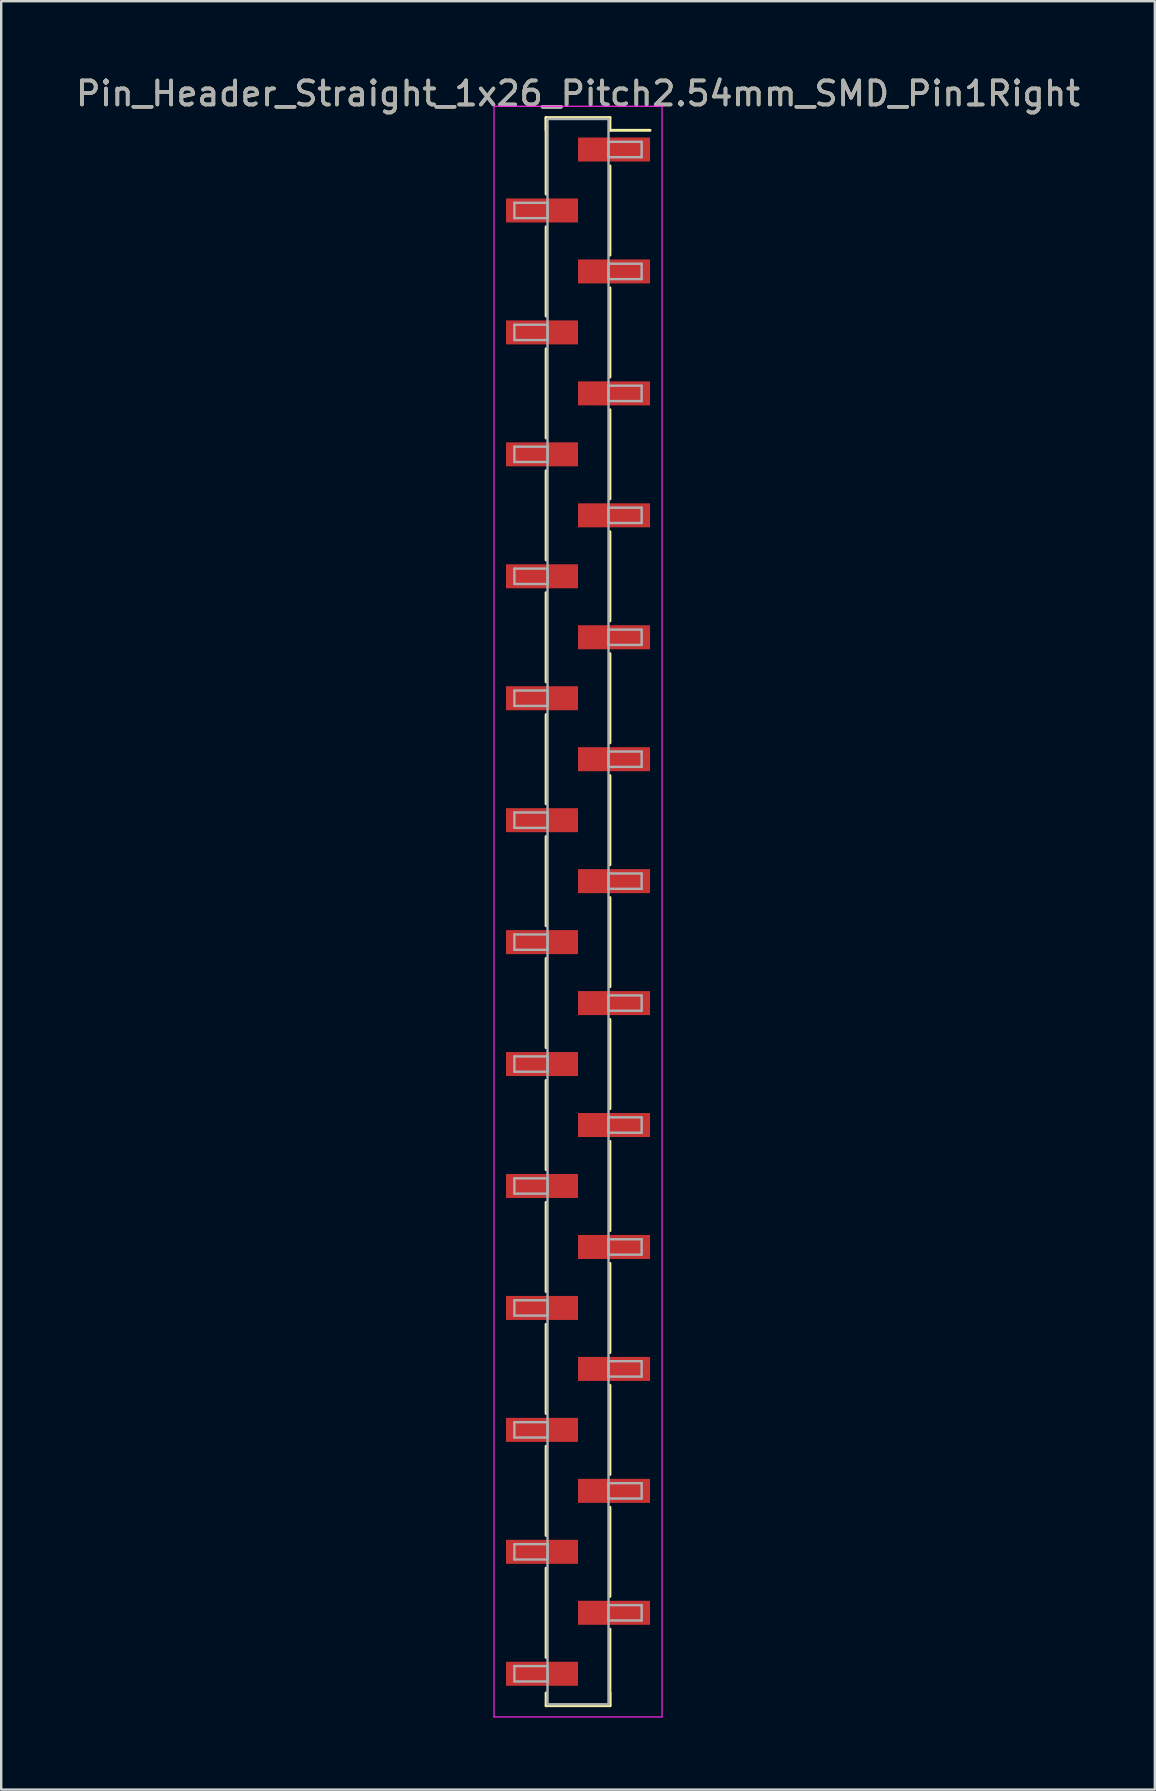
<source format=kicad_pcb>
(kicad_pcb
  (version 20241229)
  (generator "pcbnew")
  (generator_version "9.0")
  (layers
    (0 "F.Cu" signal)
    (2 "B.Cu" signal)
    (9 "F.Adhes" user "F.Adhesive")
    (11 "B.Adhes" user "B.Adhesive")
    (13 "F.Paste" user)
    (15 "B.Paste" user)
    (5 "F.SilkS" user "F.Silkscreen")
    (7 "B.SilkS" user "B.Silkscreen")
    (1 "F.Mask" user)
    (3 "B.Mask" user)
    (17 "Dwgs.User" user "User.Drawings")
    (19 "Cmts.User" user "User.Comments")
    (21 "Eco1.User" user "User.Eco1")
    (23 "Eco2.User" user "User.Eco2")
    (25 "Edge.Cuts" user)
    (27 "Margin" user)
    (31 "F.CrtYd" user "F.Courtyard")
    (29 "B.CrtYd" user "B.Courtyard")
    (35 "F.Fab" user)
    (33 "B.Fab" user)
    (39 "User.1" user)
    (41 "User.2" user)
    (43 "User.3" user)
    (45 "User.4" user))
  (footprint "Pin_Header_Straight_1x26_Pitch2.54mm_SMD_Pin1Right"
    (layer "F.Cu")
    (at 21.03 34.928)
    (property "Reference" "Pin_Header_Straight_1x26_Pitch2.54mm_SMD_Pin1Right" (at 0 -34.08 0) (layer "F.SilkS") (effects (font (size 1 1) (thickness 0.15))))
    (attr smd)
    (fp_line (start -1.33 -33.08) (end -1.33 -29.89) (stroke (width 0.12) (type solid)) (layer "F.SilkS"))
    (fp_line (start -1.33 -33.08) (end 1.33 -33.08) (stroke (width 0.12) (type solid)) (layer "F.SilkS"))
    (fp_line (start -1.33 -32.55) (end -1.33 -33.08) (stroke (width 0.12) (type solid)) (layer "F.SilkS"))
    (fp_line (start -1.33 -28.53) (end -1.33 -24.81) (stroke (width 0.12) (type solid)) (layer "F.SilkS"))
    (fp_line (start -1.33 -23.45) (end -1.33 -19.73) (stroke (width 0.12) (type solid)) (layer "F.SilkS"))
    (fp_line (start -1.33 -18.37) (end -1.33 -14.65) (stroke (width 0.12) (type solid)) (layer "F.SilkS"))
    (fp_line (start -1.33 -13.29) (end -1.33 -9.57) (stroke (width 0.12) (type solid)) (layer "F.SilkS"))
    (fp_line (start -1.33 -8.21) (end -1.33 -4.49) (stroke (width 0.12) (type solid)) (layer "F.SilkS"))
    (fp_line (start -1.33 -3.13) (end -1.33 0.59) (stroke (width 0.12) (type solid)) (layer "F.SilkS"))
    (fp_line (start -1.33 1.95) (end -1.33 5.67) (stroke (width 0.12) (type solid)) (layer "F.SilkS"))
    (fp_line (start -1.33 7.03) (end -1.33 10.75) (stroke (width 0.12) (type solid)) (layer "F.SilkS"))
    (fp_line (start -1.33 12.11) (end -1.33 15.83) (stroke (width 0.12) (type solid)) (layer "F.SilkS"))
    (fp_line (start -1.33 17.19) (end -1.33 20.91) (stroke (width 0.12) (type solid)) (layer "F.SilkS"))
    (fp_line (start -1.33 22.27) (end -1.33 25.99) (stroke (width 0.12) (type solid)) (layer "F.SilkS"))
    (fp_line (start -1.33 27.35) (end -1.33 31.07) (stroke (width 0.12) (type solid)) (layer "F.SilkS"))
    (fp_line (start -1.33 32.55) (end -1.33 33.08) (stroke (width 0.12) (type solid)) (layer "F.SilkS"))
    (fp_line (start -1.33 33.08) (end 1.33 33.08) (stroke (width 0.12) (type solid)) (layer "F.SilkS"))
    (fp_line (start 1.33 -33.08) (end 1.33 -32.55) (stroke (width 0.12) (type solid)) (layer "F.SilkS"))
    (fp_line (start 1.33 -32.55) (end 3 -32.55) (stroke (width 0.12) (type solid)) (layer "F.SilkS"))
    (fp_line (start 1.33 -31.07) (end 1.33 -27.35) (stroke (width 0.12) (type solid)) (layer "F.SilkS"))
    (fp_line (start 1.33 -25.99) (end 1.33 -22.27) (stroke (width 0.12) (type solid)) (layer "F.SilkS"))
    (fp_line (start 1.33 -20.91) (end 1.33 -17.19) (stroke (width 0.12) (type solid)) (layer "F.SilkS"))
    (fp_line (start 1.33 -15.83) (end 1.33 -12.11) (stroke (width 0.12) (type solid)) (layer "F.SilkS"))
    (fp_line (start 1.33 -10.75) (end 1.33 -7.03) (stroke (width 0.12) (type solid)) (layer "F.SilkS"))
    (fp_line (start 1.33 -5.67) (end 1.33 -1.95) (stroke (width 0.12) (type solid)) (layer "F.SilkS"))
    (fp_line (start 1.33 -0.59) (end 1.33 3.13) (stroke (width 0.12) (type solid)) (layer "F.SilkS"))
    (fp_line (start 1.33 4.49) (end 1.33 8.21) (stroke (width 0.12) (type solid)) (layer "F.SilkS"))
    (fp_line (start 1.33 9.57) (end 1.33 13.29) (stroke (width 0.12) (type solid)) (layer "F.SilkS"))
    (fp_line (start 1.33 14.65) (end 1.33 18.37) (stroke (width 0.12) (type solid)) (layer "F.SilkS"))
    (fp_line (start 1.33 19.73) (end 1.33 23.45) (stroke (width 0.12) (type solid)) (layer "F.SilkS"))
    (fp_line (start 1.33 24.81) (end 1.33 28.53) (stroke (width 0.12) (type solid)) (layer "F.SilkS"))
    (fp_line (start 1.33 29.89) (end 1.33 33.08) (stroke (width 0.12) (type solid)) (layer "F.SilkS"))
    (fp_line (start 1.33 33.08) (end 1.33 32.55) (stroke (width 0.12) (type solid)) (layer "F.SilkS"))
    (fp_line (start -3.5 -33.55) (end -3.5 33.55) (stroke (width 0.05) (type solid)) (layer "F.CrtYd"))
    (fp_line (start -3.5 33.55) (end 3.5 33.55) (stroke (width 0.05) (type solid)) (layer "F.CrtYd"))
    (fp_line (start 3.5 -33.55) (end -3.5 -33.55) (stroke (width 0.05) (type solid)) (layer "F.CrtYd"))
    (fp_line (start 3.5 33.55) (end 3.5 -33.55) (stroke (width 0.05) (type solid)) (layer "F.CrtYd"))
    (fp_line (start -2.65 -29.53) (end -1.27 -29.53) (stroke (width 0.1) (type solid)) (layer "F.Fab"))
    (fp_line (start -2.65 -28.89) (end -2.65 -29.53) (stroke (width 0.1) (type solid)) (layer "F.Fab"))
    (fp_line (start -2.65 -24.45) (end -1.27 -24.45) (stroke (width 0.1) (type solid)) (layer "F.Fab"))
    (fp_line (start -2.65 -23.81) (end -2.65 -24.45) (stroke (width 0.1) (type solid)) (layer "F.Fab"))
    (fp_line (start -2.65 -19.37) (end -1.27 -19.37) (stroke (width 0.1) (type solid)) (layer "F.Fab"))
    (fp_line (start -2.65 -18.73) (end -2.65 -19.37) (stroke (width 0.1) (type solid)) (layer "F.Fab"))
    (fp_line (start -2.65 -14.29) (end -1.27 -14.29) (stroke (width 0.1) (type solid)) (layer "F.Fab"))
    (fp_line (start -2.65 -13.65) (end -2.65 -14.29) (stroke (width 0.1) (type solid)) (layer "F.Fab"))
    (fp_line (start -2.65 -9.21) (end -1.27 -9.21) (stroke (width 0.1) (type solid)) (layer "F.Fab"))
    (fp_line (start -2.65 -8.57) (end -2.65 -9.21) (stroke (width 0.1) (type solid)) (layer "F.Fab"))
    (fp_line (start -2.65 -4.13) (end -1.27 -4.13) (stroke (width 0.1) (type solid)) (layer "F.Fab"))
    (fp_line (start -2.65 -3.49) (end -2.65 -4.13) (stroke (width 0.1) (type solid)) (layer "F.Fab"))
    (fp_line (start -2.65 0.95) (end -1.27 0.95) (stroke (width 0.1) (type solid)) (layer "F.Fab"))
    (fp_line (start -2.65 1.59) (end -2.65 0.95) (stroke (width 0.1) (type solid)) (layer "F.Fab"))
    (fp_line (start -2.65 6.03) (end -1.27 6.03) (stroke (width 0.1) (type solid)) (layer "F.Fab"))
    (fp_line (start -2.65 6.67) (end -2.65 6.03) (stroke (width 0.1) (type solid)) (layer "F.Fab"))
    (fp_line (start -2.65 11.11) (end -1.27 11.11) (stroke (width 0.1) (type solid)) (layer "F.Fab"))
    (fp_line (start -2.65 11.75) (end -2.65 11.11) (stroke (width 0.1) (type solid)) (layer "F.Fab"))
    (fp_line (start -2.65 16.19) (end -1.27 16.19) (stroke (width 0.1) (type solid)) (layer "F.Fab"))
    (fp_line (start -2.65 16.83) (end -2.65 16.19) (stroke (width 0.1) (type solid)) (layer "F.Fab"))
    (fp_line (start -2.65 21.27) (end -1.27 21.27) (stroke (width 0.1) (type solid)) (layer "F.Fab"))
    (fp_line (start -2.65 21.91) (end -2.65 21.27) (stroke (width 0.1) (type solid)) (layer "F.Fab"))
    (fp_line (start -2.65 26.35) (end -1.27 26.35) (stroke (width 0.1) (type solid)) (layer "F.Fab"))
    (fp_line (start -2.65 26.99) (end -2.65 26.35) (stroke (width 0.1) (type solid)) (layer "F.Fab"))
    (fp_line (start -2.65 31.43) (end -1.27 31.43) (stroke (width 0.1) (type solid)) (layer "F.Fab"))
    (fp_line (start -2.65 32.07) (end -2.65 31.43) (stroke (width 0.1) (type solid)) (layer "F.Fab"))
    (fp_line (start -1.27 -33.02) (end -1.27 33.02) (stroke (width 0.1) (type solid)) (layer "F.Fab"))
    (fp_line (start -1.27 -29.53) (end -1.27 -28.89) (stroke (width 0.1) (type solid)) (layer "F.Fab"))
    (fp_line (start -1.27 -28.89) (end -2.65 -28.89) (stroke (width 0.1) (type solid)) (layer "F.Fab"))
    (fp_line (start -1.27 -24.45) (end -1.27 -23.81) (stroke (width 0.1) (type solid)) (layer "F.Fab"))
    (fp_line (start -1.27 -23.81) (end -2.65 -23.81) (stroke (width 0.1) (type solid)) (layer "F.Fab"))
    (fp_line (start -1.27 -19.37) (end -1.27 -18.73) (stroke (width 0.1) (type solid)) (layer "F.Fab"))
    (fp_line (start -1.27 -18.73) (end -2.65 -18.73) (stroke (width 0.1) (type solid)) (layer "F.Fab"))
    (fp_line (start -1.27 -14.29) (end -1.27 -13.65) (stroke (width 0.1) (type solid)) (layer "F.Fab"))
    (fp_line (start -1.27 -13.65) (end -2.65 -13.65) (stroke (width 0.1) (type solid)) (layer "F.Fab"))
    (fp_line (start -1.27 -9.21) (end -1.27 -8.57) (stroke (width 0.1) (type solid)) (layer "F.Fab"))
    (fp_line (start -1.27 -8.57) (end -2.65 -8.57) (stroke (width 0.1) (type solid)) (layer "F.Fab"))
    (fp_line (start -1.27 -4.13) (end -1.27 -3.49) (stroke (width 0.1) (type solid)) (layer "F.Fab"))
    (fp_line (start -1.27 -3.49) (end -2.65 -3.49) (stroke (width 0.1) (type solid)) (layer "F.Fab"))
    (fp_line (start -1.27 0.95) (end -1.27 1.59) (stroke (width 0.1) (type solid)) (layer "F.Fab"))
    (fp_line (start -1.27 1.59) (end -2.65 1.59) (stroke (width 0.1) (type solid)) (layer "F.Fab"))
    (fp_line (start -1.27 6.03) (end -1.27 6.67) (stroke (width 0.1) (type solid)) (layer "F.Fab"))
    (fp_line (start -1.27 6.67) (end -2.65 6.67) (stroke (width 0.1) (type solid)) (layer "F.Fab"))
    (fp_line (start -1.27 11.11) (end -1.27 11.75) (stroke (width 0.1) (type solid)) (layer "F.Fab"))
    (fp_line (start -1.27 11.75) (end -2.65 11.75) (stroke (width 0.1) (type solid)) (layer "F.Fab"))
    (fp_line (start -1.27 16.19) (end -1.27 16.83) (stroke (width 0.1) (type solid)) (layer "F.Fab"))
    (fp_line (start -1.27 16.83) (end -2.65 16.83) (stroke (width 0.1) (type solid)) (layer "F.Fab"))
    (fp_line (start -1.27 21.27) (end -1.27 21.91) (stroke (width 0.1) (type solid)) (layer "F.Fab"))
    (fp_line (start -1.27 21.91) (end -2.65 21.91) (stroke (width 0.1) (type solid)) (layer "F.Fab"))
    (fp_line (start -1.27 26.35) (end -1.27 26.99) (stroke (width 0.1) (type solid)) (layer "F.Fab"))
    (fp_line (start -1.27 26.99) (end -2.65 26.99) (stroke (width 0.1) (type solid)) (layer "F.Fab"))
    (fp_line (start -1.27 31.43) (end -1.27 32.07) (stroke (width 0.1) (type solid)) (layer "F.Fab"))
    (fp_line (start -1.27 32.07) (end -2.65 32.07) (stroke (width 0.1) (type solid)) (layer "F.Fab"))
    (fp_line (start -1.27 33.02) (end 1.27 33.02) (stroke (width 0.1) (type solid)) (layer "F.Fab"))
    (fp_line (start 1.27 -33.02) (end -1.27 -33.02) (stroke (width 0.1) (type solid)) (layer "F.Fab"))
    (fp_line (start 1.27 -32.07) (end 1.27 -31.43) (stroke (width 0.1) (type solid)) (layer "F.Fab"))
    (fp_line (start 1.27 -31.43) (end 2.65 -31.43) (stroke (width 0.1) (type solid)) (layer "F.Fab"))
    (fp_line (start 1.27 -26.99) (end 1.27 -26.35) (stroke (width 0.1) (type solid)) (layer "F.Fab"))
    (fp_line (start 1.27 -26.35) (end 2.65 -26.35) (stroke (width 0.1) (type solid)) (layer "F.Fab"))
    (fp_line (start 1.27 -21.91) (end 1.27 -21.27) (stroke (width 0.1) (type solid)) (layer "F.Fab"))
    (fp_line (start 1.27 -21.27) (end 2.65 -21.27) (stroke (width 0.1) (type solid)) (layer "F.Fab"))
    (fp_line (start 1.27 -16.83) (end 1.27 -16.19) (stroke (width 0.1) (type solid)) (layer "F.Fab"))
    (fp_line (start 1.27 -16.19) (end 2.65 -16.19) (stroke (width 0.1) (type solid)) (layer "F.Fab"))
    (fp_line (start 1.27 -11.75) (end 1.27 -11.11) (stroke (width 0.1) (type solid)) (layer "F.Fab"))
    (fp_line (start 1.27 -11.11) (end 2.65 -11.11) (stroke (width 0.1) (type solid)) (layer "F.Fab"))
    (fp_line (start 1.27 -6.67) (end 1.27 -6.03) (stroke (width 0.1) (type solid)) (layer "F.Fab"))
    (fp_line (start 1.27 -6.03) (end 2.65 -6.03) (stroke (width 0.1) (type solid)) (layer "F.Fab"))
    (fp_line (start 1.27 -1.59) (end 1.27 -0.95) (stroke (width 0.1) (type solid)) (layer "F.Fab"))
    (fp_line (start 1.27 -0.95) (end 2.65 -0.95) (stroke (width 0.1) (type solid)) (layer "F.Fab"))
    (fp_line (start 1.27 3.49) (end 1.27 4.13) (stroke (width 0.1) (type solid)) (layer "F.Fab"))
    (fp_line (start 1.27 4.13) (end 2.65 4.13) (stroke (width 0.1) (type solid)) (layer "F.Fab"))
    (fp_line (start 1.27 8.57) (end 1.27 9.21) (stroke (width 0.1) (type solid)) (layer "F.Fab"))
    (fp_line (start 1.27 9.21) (end 2.65 9.21) (stroke (width 0.1) (type solid)) (layer "F.Fab"))
    (fp_line (start 1.27 13.65) (end 1.27 14.29) (stroke (width 0.1) (type solid)) (layer "F.Fab"))
    (fp_line (start 1.27 14.29) (end 2.65 14.29) (stroke (width 0.1) (type solid)) (layer "F.Fab"))
    (fp_line (start 1.27 18.73) (end 1.27 19.37) (stroke (width 0.1) (type solid)) (layer "F.Fab"))
    (fp_line (start 1.27 19.37) (end 2.65 19.37) (stroke (width 0.1) (type solid)) (layer "F.Fab"))
    (fp_line (start 1.27 23.81) (end 1.27 24.45) (stroke (width 0.1) (type solid)) (layer "F.Fab"))
    (fp_line (start 1.27 24.45) (end 2.65 24.45) (stroke (width 0.1) (type solid)) (layer "F.Fab"))
    (fp_line (start 1.27 28.89) (end 1.27 29.53) (stroke (width 0.1) (type solid)) (layer "F.Fab"))
    (fp_line (start 1.27 29.53) (end 2.65 29.53) (stroke (width 0.1) (type solid)) (layer "F.Fab"))
    (fp_line (start 1.27 33.02) (end 1.27 -33.02) (stroke (width 0.1) (type solid)) (layer "F.Fab"))
    (fp_line (start 2.65 -32.07) (end 1.27 -32.07) (stroke (width 0.1) (type solid)) (layer "F.Fab"))
    (fp_line (start 2.65 -31.43) (end 2.65 -32.07) (stroke (width 0.1) (type solid)) (layer "F.Fab"))
    (fp_line (start 2.65 -26.99) (end 1.27 -26.99) (stroke (width 0.1) (type solid)) (layer "F.Fab"))
    (fp_line (start 2.65 -26.35) (end 2.65 -26.99) (stroke (width 0.1) (type solid)) (layer "F.Fab"))
    (fp_line (start 2.65 -21.91) (end 1.27 -21.91) (stroke (width 0.1) (type solid)) (layer "F.Fab"))
    (fp_line (start 2.65 -21.27) (end 2.65 -21.91) (stroke (width 0.1) (type solid)) (layer "F.Fab"))
    (fp_line (start 2.65 -16.83) (end 1.27 -16.83) (stroke (width 0.1) (type solid)) (layer "F.Fab"))
    (fp_line (start 2.65 -16.19) (end 2.65 -16.83) (stroke (width 0.1) (type solid)) (layer "F.Fab"))
    (fp_line (start 2.65 -11.75) (end 1.27 -11.75) (stroke (width 0.1) (type solid)) (layer "F.Fab"))
    (fp_line (start 2.65 -11.11) (end 2.65 -11.75) (stroke (width 0.1) (type solid)) (layer "F.Fab"))
    (fp_line (start 2.65 -6.67) (end 1.27 -6.67) (stroke (width 0.1) (type solid)) (layer "F.Fab"))
    (fp_line (start 2.65 -6.03) (end 2.65 -6.67) (stroke (width 0.1) (type solid)) (layer "F.Fab"))
    (fp_line (start 2.65 -1.59) (end 1.27 -1.59) (stroke (width 0.1) (type solid)) (layer "F.Fab"))
    (fp_line (start 2.65 -0.95) (end 2.65 -1.59) (stroke (width 0.1) (type solid)) (layer "F.Fab"))
    (fp_line (start 2.65 3.49) (end 1.27 3.49) (stroke (width 0.1) (type solid)) (layer "F.Fab"))
    (fp_line (start 2.65 4.13) (end 2.65 3.49) (stroke (width 0.1) (type solid)) (layer "F.Fab"))
    (fp_line (start 2.65 8.57) (end 1.27 8.57) (stroke (width 0.1) (type solid)) (layer "F.Fab"))
    (fp_line (start 2.65 9.21) (end 2.65 8.57) (stroke (width 0.1) (type solid)) (layer "F.Fab"))
    (fp_line (start 2.65 13.65) (end 1.27 13.65) (stroke (width 0.1) (type solid)) (layer "F.Fab"))
    (fp_line (start 2.65 14.29) (end 2.65 13.65) (stroke (width 0.1) (type solid)) (layer "F.Fab"))
    (fp_line (start 2.65 18.73) (end 1.27 18.73) (stroke (width 0.1) (type solid)) (layer "F.Fab"))
    (fp_line (start 2.65 19.37) (end 2.65 18.73) (stroke (width 0.1) (type solid)) (layer "F.Fab"))
    (fp_line (start 2.65 23.81) (end 1.27 23.81) (stroke (width 0.1) (type solid)) (layer "F.Fab"))
    (fp_line (start 2.65 24.45) (end 2.65 23.81) (stroke (width 0.1) (type solid)) (layer "F.Fab"))
    (fp_line (start 2.65 28.89) (end 1.27 28.89) (stroke (width 0.1) (type solid)) (layer "F.Fab"))
    (fp_line (start 2.65 29.53) (end 2.65 28.89) (stroke (width 0.1) (type solid)) (layer "F.Fab"))
    (fp_text user "${REFERENCE}" (at 0 -34.08 0) (layer "F.Fab") (effects (font (size 1 1) (thickness 0.15))))
    (pad "1" smd rect (at 1.5 -31.75) (size 3 1) (layers "F.Cu" "F.Mask" "F.Paste"))
    (pad "2" smd rect (at -1.5 -29.21) (size 3 1) (layers "F.Cu" "F.Mask" "F.Paste"))
    (pad "3" smd rect (at 1.5 -26.67) (size 3 1) (layers "F.Cu" "F.Mask" "F.Paste"))
    (pad "4" smd rect (at -1.5 -24.13) (size 3 1) (layers "F.Cu" "F.Mask" "F.Paste"))
    (pad "5" smd rect (at 1.5 -21.59) (size 3 1) (layers "F.Cu" "F.Mask" "F.Paste"))
    (pad "6" smd rect (at -1.5 -19.05) (size 3 1) (layers "F.Cu" "F.Mask" "F.Paste"))
    (pad "7" smd rect (at 1.5 -16.51) (size 3 1) (layers "F.Cu" "F.Mask" "F.Paste"))
    (pad "8" smd rect (at -1.5 -13.97) (size 3 1) (layers "F.Cu" "F.Mask" "F.Paste"))
    (pad "9" smd rect (at 1.5 -11.43) (size 3 1) (layers "F.Cu" "F.Mask" "F.Paste"))
    (pad "10" smd rect (at -1.5 -8.89) (size 3 1) (layers "F.Cu" "F.Mask" "F.Paste"))
    (pad "11" smd rect (at 1.5 -6.35) (size 3 1) (layers "F.Cu" "F.Mask" "F.Paste"))
    (pad "12" smd rect (at -1.5 -3.81) (size 3 1) (layers "F.Cu" "F.Mask" "F.Paste"))
    (pad "13" smd rect (at 1.5 -1.27) (size 3 1) (layers "F.Cu" "F.Mask" "F.Paste"))
    (pad "14" smd rect (at -1.5 1.27) (size 3 1) (layers "F.Cu" "F.Mask" "F.Paste"))
    (pad "15" smd rect (at 1.5 3.81) (size 3 1) (layers "F.Cu" "F.Mask" "F.Paste"))
    (pad "16" smd rect (at -1.5 6.35) (size 3 1) (layers "F.Cu" "F.Mask" "F.Paste"))
    (pad "17" smd rect (at 1.5 8.89) (size 3 1) (layers "F.Cu" "F.Mask" "F.Paste"))
    (pad "18" smd rect (at -1.5 11.43) (size 3 1) (layers "F.Cu" "F.Mask" "F.Paste"))
    (pad "19" smd rect (at 1.5 13.97) (size 3 1) (layers "F.Cu" "F.Mask" "F.Paste"))
    (pad "20" smd rect (at -1.5 16.51) (size 3 1) (layers "F.Cu" "F.Mask" "F.Paste"))
    (pad "21" smd rect (at 1.5 19.05) (size 3 1) (layers "F.Cu" "F.Mask" "F.Paste"))
    (pad "22" smd rect (at -1.5 21.59) (size 3 1) (layers "F.Cu" "F.Mask" "F.Paste"))
    (pad "23" smd rect (at 1.5 24.13) (size 3 1) (layers "F.Cu" "F.Mask" "F.Paste"))
    (pad "24" smd rect (at -1.5 26.67) (size 3 1) (layers "F.Cu" "F.Mask" "F.Paste"))
    (pad "25" smd rect (at 1.5 29.21) (size 3 1) (layers "F.Cu" "F.Mask" "F.Paste"))
    (pad "26" smd rect (at -1.5 31.75) (size 3 1) (layers "F.Cu" "F.Mask" "F.Paste")))
  (gr_rect
    (start -3 -3)
    (end 45.06 71.503)
    (stroke (width 0.1) (type default))
    (fill no)
    (layer "Edge.Cuts")))
</source>
